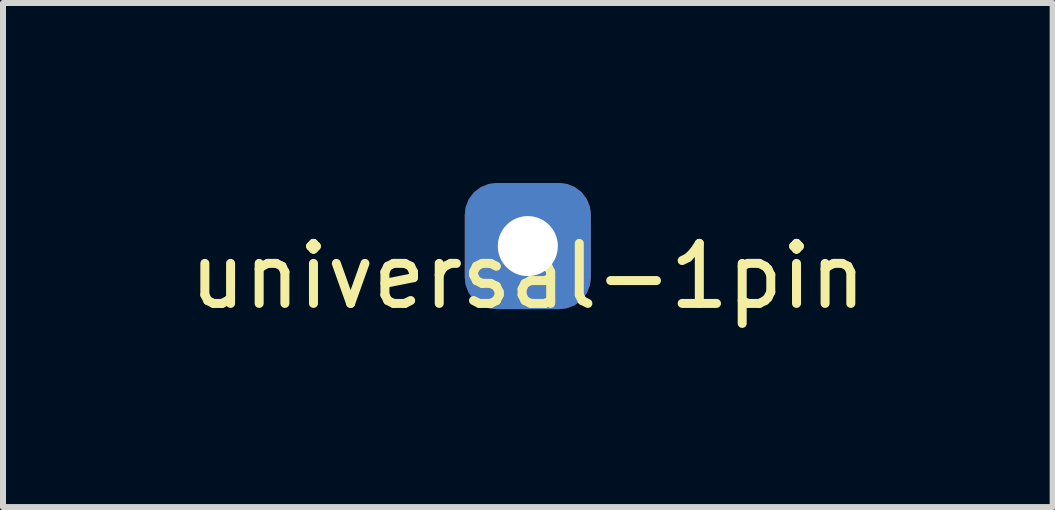
<source format=kicad_pcb>
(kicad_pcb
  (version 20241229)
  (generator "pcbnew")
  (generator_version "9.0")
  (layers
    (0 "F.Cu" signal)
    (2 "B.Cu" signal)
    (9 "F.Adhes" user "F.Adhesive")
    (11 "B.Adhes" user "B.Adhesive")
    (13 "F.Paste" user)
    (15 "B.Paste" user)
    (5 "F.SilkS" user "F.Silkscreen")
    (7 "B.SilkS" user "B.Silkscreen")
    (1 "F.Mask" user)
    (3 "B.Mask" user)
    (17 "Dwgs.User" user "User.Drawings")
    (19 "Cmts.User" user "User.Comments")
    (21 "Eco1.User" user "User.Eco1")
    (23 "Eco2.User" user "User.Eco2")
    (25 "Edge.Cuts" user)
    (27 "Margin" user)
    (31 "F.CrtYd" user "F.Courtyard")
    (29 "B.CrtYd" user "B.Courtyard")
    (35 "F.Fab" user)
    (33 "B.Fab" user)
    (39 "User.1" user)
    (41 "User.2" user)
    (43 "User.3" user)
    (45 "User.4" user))
  (footprint "universal-1pin"
    (layer "F.Cu")
    (at 5.744 1.05)
    (property "Reference" "universal-1pin" (at 0 0.5 0) (layer "F.SilkS") (effects (font (size 1 1) (thickness 0.15))))
    (attr through_hole)
    (pad "" thru_hole roundrect (at 0 0) (size 2.1 2.1) (drill 1) (layers "*.Cu" "*.Mask") (roundrect_rratio 0.25)))
  (gr_rect
    (start -3 -3)
    (end 14.488 5.398)
    (stroke (width 0.1) (type default))
    (fill no)
    (layer "Edge.Cuts")))
</source>
